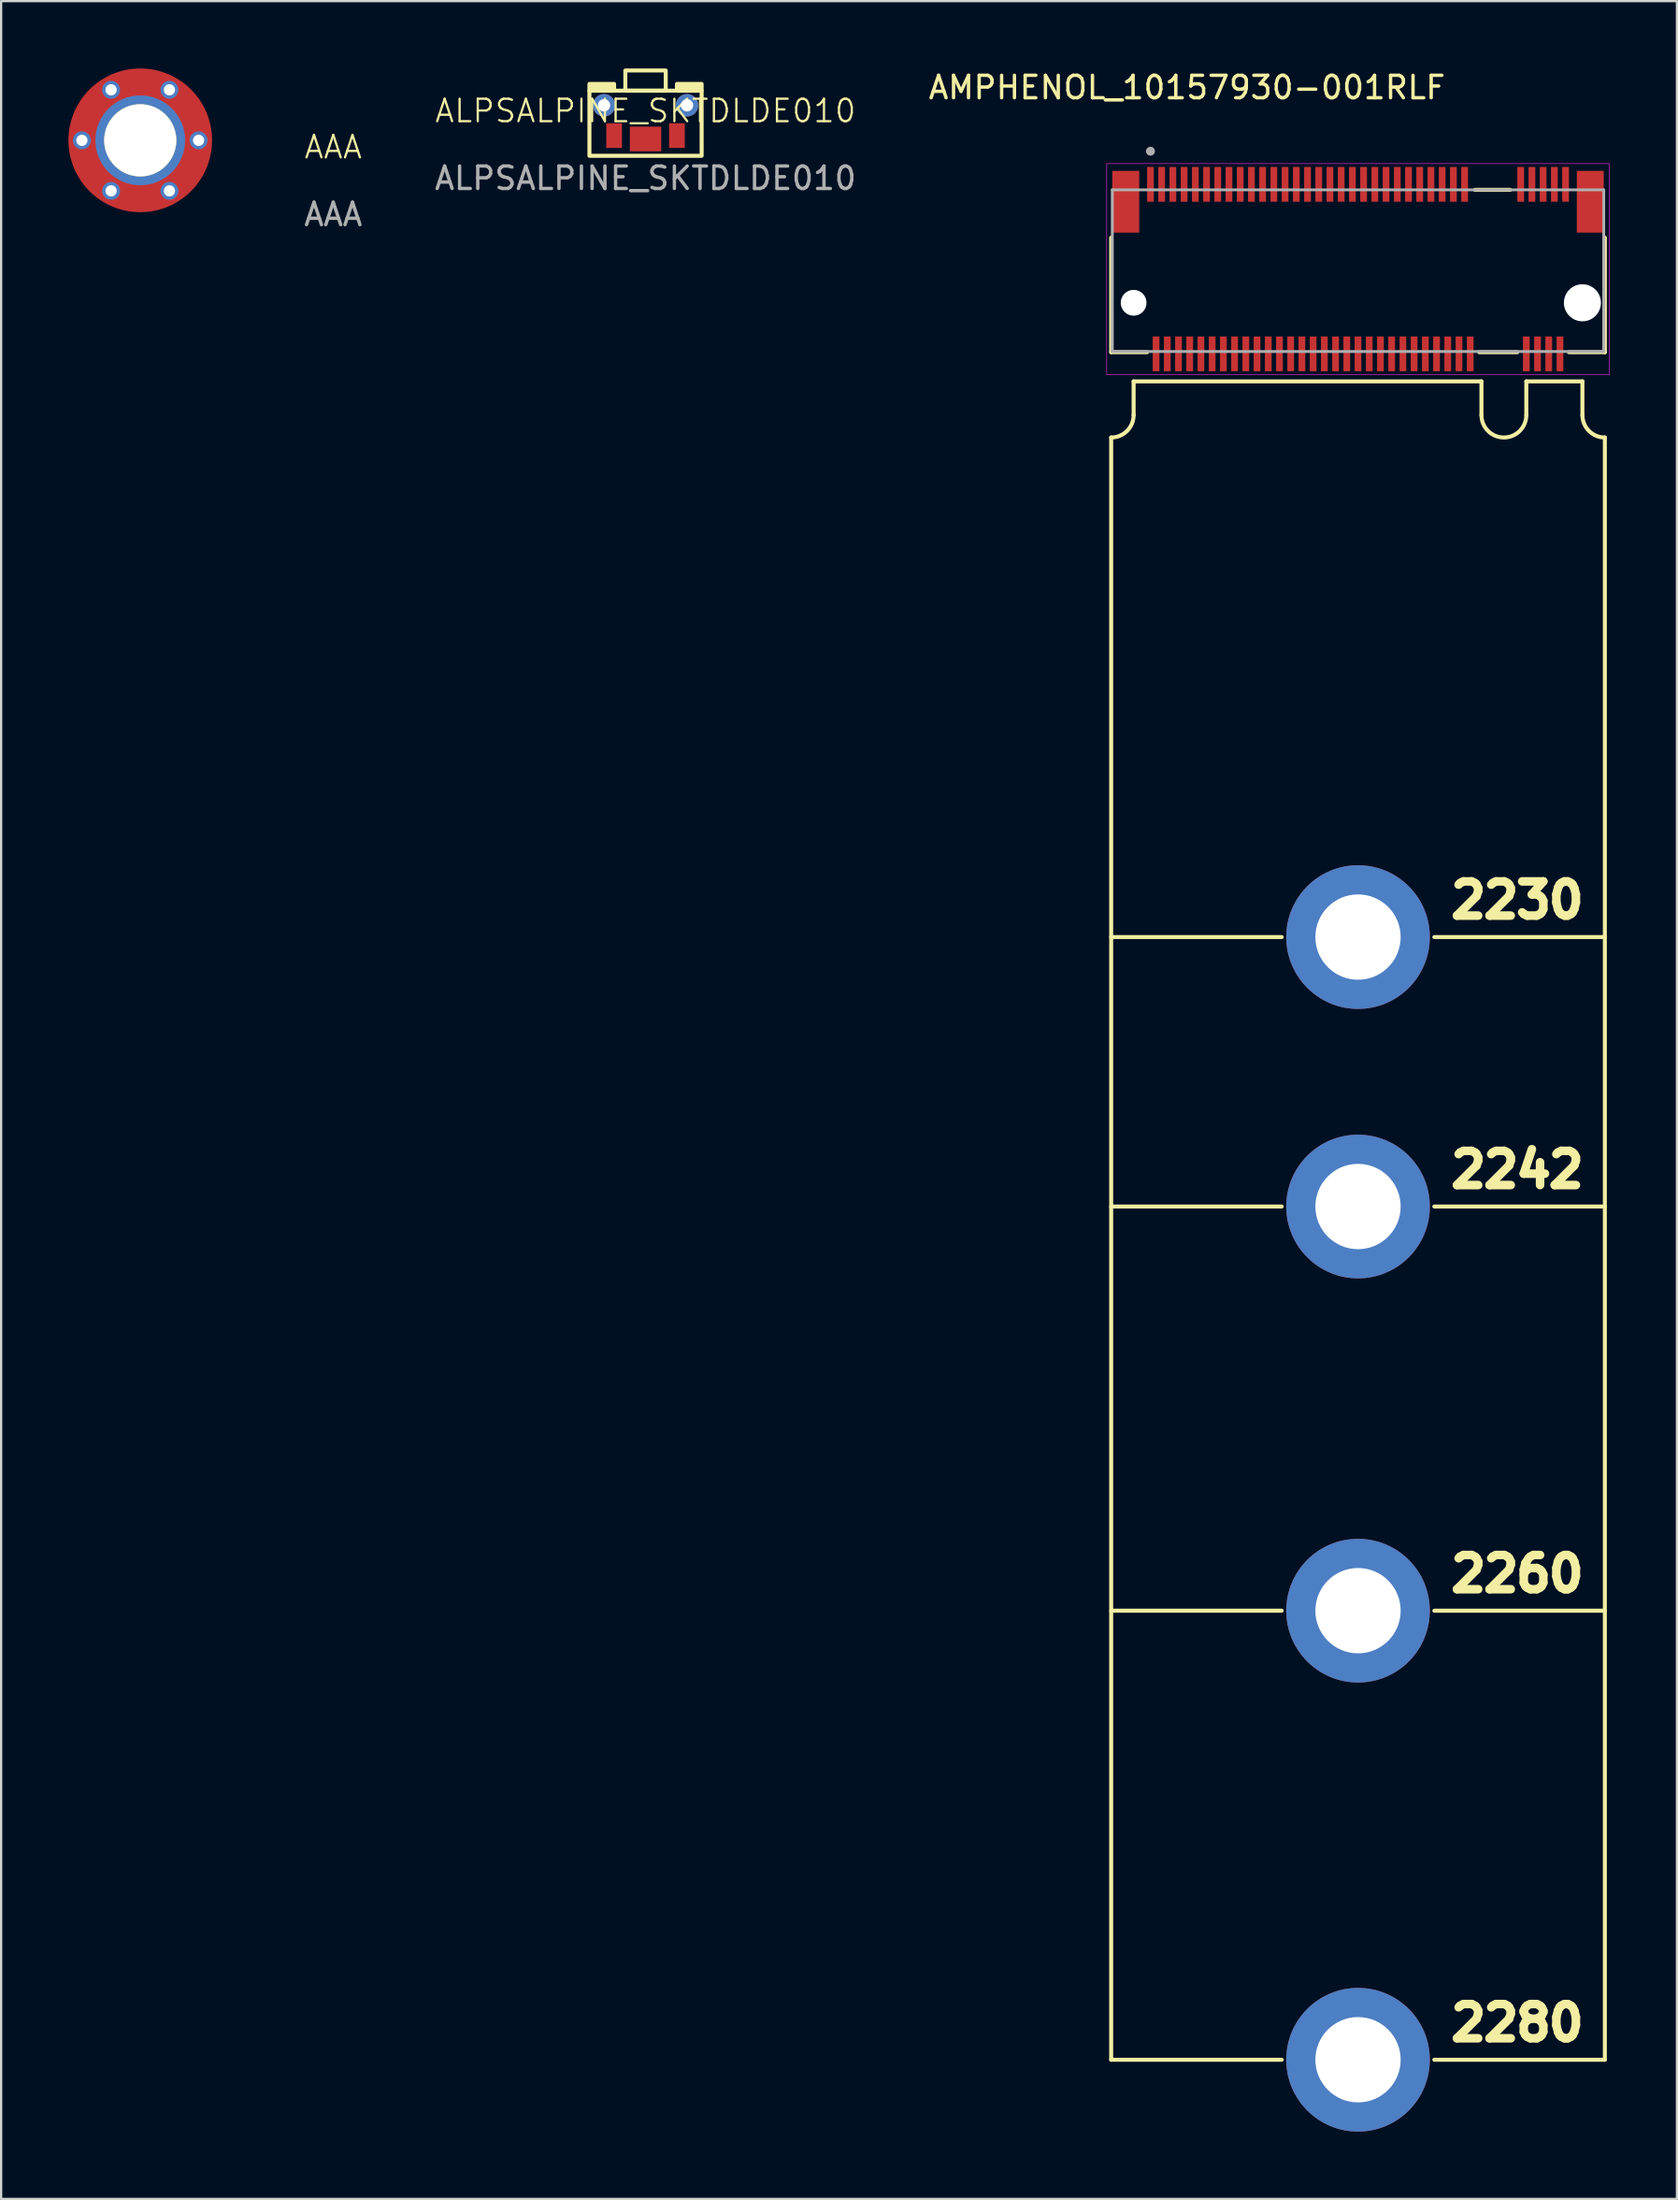
<source format=kicad_pcb>
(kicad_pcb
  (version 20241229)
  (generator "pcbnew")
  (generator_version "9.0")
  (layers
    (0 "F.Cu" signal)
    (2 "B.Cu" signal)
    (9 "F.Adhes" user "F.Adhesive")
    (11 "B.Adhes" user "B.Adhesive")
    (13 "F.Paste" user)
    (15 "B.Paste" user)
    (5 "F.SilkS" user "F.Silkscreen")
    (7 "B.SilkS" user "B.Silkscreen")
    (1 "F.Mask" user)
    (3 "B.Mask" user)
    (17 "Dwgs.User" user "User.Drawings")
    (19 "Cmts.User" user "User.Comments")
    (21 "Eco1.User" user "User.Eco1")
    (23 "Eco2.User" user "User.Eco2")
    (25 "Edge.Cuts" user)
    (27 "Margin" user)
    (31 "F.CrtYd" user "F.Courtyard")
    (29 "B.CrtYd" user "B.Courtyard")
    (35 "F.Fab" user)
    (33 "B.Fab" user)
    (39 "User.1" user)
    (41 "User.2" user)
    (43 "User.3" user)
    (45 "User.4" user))
  (footprint "AMPHENOL_10157930-001RLF"
    (layer "F.Cu")
    (at 57.468 10.435)
    (property "Reference" "AMPHENOL_10157930-001RLF" (at -7.62 -9.587 0) (layer "F.SilkS") (effects (font (size 1 1) (thickness 0.15))))
    (attr smd)
    (fp_line (start -11 2.2) (end -11 -2.9) (stroke (width 0.178) (type solid)) (layer "F.SilkS"))
    (fp_line (start -11 78.25) (end -11 6) (stroke (width 0.178) (type solid)) (layer "F.SilkS"))
    (fp_line (start -10 3.5) (end 5.5 3.5) (stroke (width 0.178) (type solid)) (layer "F.SilkS"))
    (fp_line (start -10 5) (end -10 3.5) (stroke (width 0.178) (type solid)) (layer "F.SilkS"))
    (fp_line (start -9.4 2.2) (end -11 2.2) (stroke (width 0.178) (type solid)) (layer "F.SilkS"))
    (fp_line (start -3.4 28.25) (end -11 28.25) (stroke (width 0.178) (type solid)) (layer "F.SilkS"))
    (fp_line (start -3.4 40.25) (end -11 40.25) (stroke (width 0.178) (type solid)) (layer "F.SilkS"))
    (fp_line (start -3.4 58.25) (end -11 58.25) (stroke (width 0.178) (type solid)) (layer "F.SilkS"))
    (fp_line (start -3.4 78.25) (end -11 78.25) (stroke (width 0.178) (type solid)) (layer "F.SilkS"))
    (fp_line (start 5.213 -5.03) (end 6.777 -5.03) (stroke (width 0.178) (type solid)) (layer "F.SilkS"))
    (fp_line (start 5.4 2.2) (end 7.1 2.2) (stroke (width 0.178) (type solid)) (layer "F.SilkS"))
    (fp_line (start 5.5 5) (end 5.5 3.5) (stroke (width 0.178) (type solid)) (layer "F.SilkS"))
    (fp_line (start 7.5 3.5) (end 10 3.5) (stroke (width 0.178) (type solid)) (layer "F.SilkS"))
    (fp_line (start 7.5 5) (end 7.5 3.5) (stroke (width 0.178) (type solid)) (layer "F.SilkS"))
    (fp_line (start 10 5) (end 10 3.5) (stroke (width 0.178) (type solid)) (layer "F.SilkS"))
    (fp_line (start 11 -2.9) (end 11 2.2) (stroke (width 0.178) (type solid)) (layer "F.SilkS"))
    (fp_line (start 11 2.2) (end 9.4 2.2) (stroke (width 0.178) (type solid)) (layer "F.SilkS"))
    (fp_line (start 11 28.25) (end 3.4 28.25) (stroke (width 0.178) (type solid)) (layer "F.SilkS"))
    (fp_line (start 11 40.25) (end 3.4 40.25) (stroke (width 0.178) (type solid)) (layer "F.SilkS"))
    (fp_line (start 11 58.25) (end 3.4 58.25) (stroke (width 0.178) (type solid)) (layer "F.SilkS"))
    (fp_line (start 11 78.25) (end 3.4 78.25) (stroke (width 0.178) (type solid)) (layer "F.SilkS"))
    (fp_line (start 11 78.25) (end 11 6) (stroke (width 0.178) (type solid)) (layer "F.SilkS"))
    (fp_arc (start -10 5) (mid -10.292893 5.707107) (end -11 6) (stroke (width 0.1778) (type solid)) (layer "F.SilkS"))
    (fp_arc (start 7.5 5) (mid 6.5 6) (end 5.5 5) (stroke (width 0.1778) (type solid)) (layer "F.SilkS"))
    (fp_arc (start 11 6) (mid 10.292893 5.707107) (end 10 5) (stroke (width 0.1778) (type solid)) (layer "F.SilkS"))
    (fp_rect (start -11.2 -6.2) (end 11.2 3.2) (stroke (width 0.025) (type solid)) (fill no) (layer "F.CrtYd"))
    (fp_line (start -10.95 -5.03) (end 10.95 -5.03) (stroke (width 0.127) (type solid)) (layer "F.Fab"))
    (fp_line (start -10.95 2.17) (end -10.95 -5.03) (stroke (width 0.127) (type solid)) (layer "F.Fab"))
    (fp_line (start 10.95 -5.03) (end 10.95 2.17) (stroke (width 0.127) (type solid)) (layer "F.Fab"))
    (fp_line (start 10.95 2.17) (end -10.95 2.17) (stroke (width 0.127) (type solid)) (layer "F.Fab"))
    (fp_circle (center -9.25 -6.75) (end -9.15 -6.75) (stroke (width 0.2) (type solid)) (fill no) (layer "F.Fab"))
    (fp_text user "2242" (at 10.25 39.5 0) (unlocked yes) (layer "F.SilkS") (effects (font (size 1.524 1.524) (thickness 0.381) (bold yes)) (justify right bottom)))
    (fp_text user "2280" (at 10.25 77.5 0) (unlocked yes) (layer "F.SilkS") (effects (font (size 1.524 1.524) (thickness 0.381) (bold yes)) (justify right bottom)))
    (fp_text user "2260" (at 10.25 57.5 0) (unlocked yes) (layer "F.SilkS") (effects (font (size 1.524 1.524) (thickness 0.381) (bold yes)) (justify right bottom)))
    (fp_text user "2230" (at 10.25 27.5 0) (unlocked yes) (layer "F.SilkS") (effects (font (size 1.524 1.524) (thickness 0.381) (bold yes)) (justify right bottom)))
    (pad "" np_thru_hole circle (at -10 0) (size 1.15 1.15) (drill 1.15) (layers "*.Cu" "*.Mask"))
    (pad "" np_thru_hole circle (at 10 0) (size 1.65 1.65) (drill 1.65) (layers "*.Cu" "*.Mask"))
    (pad "1" smd rect (at -9.25 -5.275) (size 0.3 1.55) (layers "F.Cu" "F.Mask" "F.Paste"))
    (pad "2" smd rect (at -9 2.275) (size 0.3 1.55) (layers "F.Cu" "F.Mask" "F.Paste"))
    (pad "3" smd rect (at -8.75 -5.275) (size 0.3 1.55) (layers "F.Cu" "F.Mask" "F.Paste"))
    (pad "4" smd rect (at -8.5 2.275) (size 0.3 1.55) (layers "F.Cu" "F.Mask" "F.Paste"))
    (pad "5" smd rect (at -8.25 -5.275) (size 0.3 1.55) (layers "F.Cu" "F.Mask" "F.Paste"))
    (pad "6" smd rect (at -8 2.275) (size 0.3 1.55) (layers "F.Cu" "F.Mask" "F.Paste"))
    (pad "7" smd rect (at -7.75 -5.275) (size 0.3 1.55) (layers "F.Cu" "F.Mask" "F.Paste"))
    (pad "8" smd rect (at -7.5 2.275) (size 0.3 1.55) (layers "F.Cu" "F.Mask" "F.Paste"))
    (pad "9" smd rect (at -7.25 -5.275) (size 0.3 1.55) (layers "F.Cu" "F.Mask" "F.Paste"))
    (pad "10" smd rect (at -7 2.275) (size 0.3 1.55) (layers "F.Cu" "F.Mask" "F.Paste"))
    (pad "11" smd rect (at -6.75 -5.275) (size 0.3 1.55) (layers "F.Cu" "F.Mask" "F.Paste"))
    (pad "12" smd rect (at -6.5 2.275) (size 0.3 1.55) (layers "F.Cu" "F.Mask" "F.Paste"))
    (pad "13" smd rect (at -6.25 -5.275) (size 0.3 1.55) (layers "F.Cu" "F.Mask" "F.Paste"))
    (pad "14" smd rect (at -6 2.275) (size 0.3 1.55) (layers "F.Cu" "F.Mask" "F.Paste"))
    (pad "15" smd rect (at -5.75 -5.275) (size 0.3 1.55) (layers "F.Cu" "F.Mask" "F.Paste"))
    (pad "16" smd rect (at -5.5 2.275) (size 0.3 1.55) (layers "F.Cu" "F.Mask" "F.Paste"))
    (pad "17" smd rect (at -5.25 -5.275) (size 0.3 1.55) (layers "F.Cu" "F.Mask" "F.Paste"))
    (pad "18" smd rect (at -5 2.275) (size 0.3 1.55) (layers "F.Cu" "F.Mask" "F.Paste"))
    (pad "19" smd rect (at -4.75 -5.275) (size 0.3 1.55) (layers "F.Cu" "F.Mask" "F.Paste"))
    (pad "20" smd rect (at -4.5 2.275) (size 0.3 1.55) (layers "F.Cu" "F.Mask" "F.Paste"))
    (pad "21" smd rect (at -4.25 -5.275) (size 0.3 1.55) (layers "F.Cu" "F.Mask" "F.Paste"))
    (pad "22" smd rect (at -4 2.275) (size 0.3 1.55) (layers "F.Cu" "F.Mask" "F.Paste"))
    (pad "23" smd rect (at -3.75 -5.275) (size 0.3 1.55) (layers "F.Cu" "F.Mask" "F.Paste"))
    (pad "24" smd rect (at -3.5 2.275) (size 0.3 1.55) (layers "F.Cu" "F.Mask" "F.Paste"))
    (pad "25" smd rect (at -3.25 -5.275) (size 0.3 1.55) (layers "F.Cu" "F.Mask" "F.Paste"))
    (pad "26" smd rect (at -3 2.275) (size 0.3 1.55) (layers "F.Cu" "F.Mask" "F.Paste"))
    (pad "27" smd rect (at -2.75 -5.275) (size 0.3 1.55) (layers "F.Cu" "F.Mask" "F.Paste"))
    (pad "28" smd rect (at -2.5 2.275) (size 0.3 1.55) (layers "F.Cu" "F.Mask" "F.Paste"))
    (pad "29" smd rect (at -2.25 -5.275) (size 0.3 1.55) (layers "F.Cu" "F.Mask" "F.Paste"))
    (pad "30" smd rect (at -2 2.275) (size 0.3 1.55) (layers "F.Cu" "F.Mask" "F.Paste"))
    (pad "31" smd rect (at -1.75 -5.275) (size 0.3 1.55) (layers "F.Cu" "F.Mask" "F.Paste"))
    (pad "32" smd rect (at -1.5 2.275) (size 0.3 1.55) (layers "F.Cu" "F.Mask" "F.Paste"))
    (pad "33" smd rect (at -1.25 -5.275) (size 0.3 1.55) (layers "F.Cu" "F.Mask" "F.Paste"))
    (pad "34" smd rect (at -1 2.275) (size 0.3 1.55) (layers "F.Cu" "F.Mask" "F.Paste"))
    (pad "35" smd rect (at -0.75 -5.275) (size 0.3 1.55) (layers "F.Cu" "F.Mask" "F.Paste"))
    (pad "36" smd rect (at -0.5 2.275) (size 0.3 1.55) (layers "F.Cu" "F.Mask" "F.Paste"))
    (pad "37" smd rect (at -0.25 -5.275) (size 0.3 1.55) (layers "F.Cu" "F.Mask" "F.Paste"))
    (pad "38" smd rect (at 0 2.275) (size 0.3 1.55) (layers "F.Cu" "F.Mask" "F.Paste"))
    (pad "39" smd rect (at 0.25 -5.275) (size 0.3 1.55) (layers "F.Cu" "F.Mask" "F.Paste"))
    (pad "40" smd rect (at 0.5 2.275) (size 0.3 1.55) (layers "F.Cu" "F.Mask" "F.Paste"))
    (pad "41" smd rect (at 0.75 -5.275) (size 0.3 1.55) (layers "F.Cu" "F.Mask" "F.Paste"))
    (pad "42" smd rect (at 1 2.275) (size 0.3 1.55) (layers "F.Cu" "F.Mask" "F.Paste"))
    (pad "43" smd rect (at 1.25 -5.275) (size 0.3 1.55) (layers "F.Cu" "F.Mask" "F.Paste"))
    (pad "44" smd rect (at 1.5 2.275) (size 0.3 1.55) (layers "F.Cu" "F.Mask" "F.Paste"))
    (pad "45" smd rect (at 1.75 -5.275) (size 0.3 1.55) (layers "F.Cu" "F.Mask" "F.Paste"))
    (pad "46" smd rect (at 2 2.275) (size 0.3 1.55) (layers "F.Cu" "F.Mask" "F.Paste"))
    (pad "47" smd rect (at 2.25 -5.275) (size 0.3 1.55) (layers "F.Cu" "F.Mask" "F.Paste"))
    (pad "48" smd rect (at 2.5 2.275) (size 0.3 1.55) (layers "F.Cu" "F.Mask" "F.Paste"))
    (pad "49" smd rect (at 2.75 -5.275) (size 0.3 1.55) (layers "F.Cu" "F.Mask" "F.Paste"))
    (pad "50" smd rect (at 3 2.275) (size 0.3 1.55) (layers "F.Cu" "F.Mask" "F.Paste"))
    (pad "51" smd rect (at 3.25 -5.275) (size 0.3 1.55) (layers "F.Cu" "F.Mask" "F.Paste"))
    (pad "52" smd rect (at 3.5 2.275) (size 0.3 1.55) (layers "F.Cu" "F.Mask" "F.Paste"))
    (pad "53" smd rect (at 3.75 -5.275) (size 0.3 1.55) (layers "F.Cu" "F.Mask" "F.Paste"))
    (pad "54" smd rect (at 4 2.275) (size 0.3 1.55) (layers "F.Cu" "F.Mask" "F.Paste"))
    (pad "55" smd rect (at 4.25 -5.275) (size 0.3 1.55) (layers "F.Cu" "F.Mask" "F.Paste"))
    (pad "56" smd rect (at 4.5 2.275) (size 0.3 1.55) (layers "F.Cu" "F.Mask" "F.Paste"))
    (pad "57" smd rect (at 4.75 -5.275) (size 0.3 1.55) (layers "F.Cu" "F.Mask" "F.Paste"))
    (pad "58" smd rect (at 5 2.275) (size 0.3 1.55) (layers "F.Cu" "F.Mask" "F.Paste"))
    (pad "67" smd rect (at 7.25 -5.275) (size 0.3 1.55) (layers "F.Cu" "F.Mask" "F.Paste"))
    (pad "68" smd rect (at 7.5 2.275) (size 0.3 1.55) (layers "F.Cu" "F.Mask" "F.Paste"))
    (pad "69" smd rect (at 7.75 -5.275) (size 0.3 1.55) (layers "F.Cu" "F.Mask" "F.Paste"))
    (pad "70" smd rect (at 8 2.275) (size 0.3 1.55) (layers "F.Cu" "F.Mask" "F.Paste"))
    (pad "71" smd rect (at 8.25 -5.275) (size 0.3 1.55) (layers "F.Cu" "F.Mask" "F.Paste"))
    (pad "72" smd rect (at 8.5 2.275) (size 0.3 1.55) (layers "F.Cu" "F.Mask" "F.Paste"))
    (pad "73" smd rect (at 8.75 -5.275) (size 0.3 1.55) (layers "F.Cu" "F.Mask" "F.Paste"))
    (pad "74" smd rect (at 9 2.275) (size 0.3 1.55) (layers "F.Cu" "F.Mask" "F.Paste"))
    (pad "75" smd rect (at 9.25 -5.275) (size 0.3 1.55) (layers "F.Cu" "F.Mask" "F.Paste"))
    (pad "SH" smd rect (at -10.35 -4.5) (size 1.2 2.75) (layers "F.Cu" "F.Mask" "F.Paste"))
    (pad "SH" thru_hole circle (at 0 28.25) (size 6.4 6.4) (drill 3.8) (layers "*.Cu" "*.Mask"))
    (pad "SH" thru_hole circle (at 0 40.25) (size 6.4 6.4) (drill 3.8) (layers "*.Cu" "*.Mask"))
    (pad "SH" thru_hole circle (at 0 58.25) (size 6.4 6.4) (drill 3.8) (layers "*.Cu" "*.Mask"))
    (pad "SH" thru_hole circle (at 0 78.25) (size 6.4 6.4) (drill 3.8) (layers "*.Cu" "*.Mask"))
    (pad "SH" smd rect (at 10.35 -4.5) (size 1.2 2.75) (layers "F.Cu" "F.Mask" "F.Paste")))
  (footprint "ALPSALPINE_SKTDLDE010"
    (layer "F.Cu")
    (at 25.717 2.389)
    (property "Reference" "ALPSALPINE_SKTDLDE010" (at 0 -0.5 0) (unlocked yes) (layer "F.SilkS") (effects (font (size 1 1) (thickness 0.1))))
    (attr smd)
    (fp_rect (start -2.5 -1.7) (end -1.4 -1.4) (stroke (width 0.178) (type solid)) (fill yes) (layer "F.SilkS"))
    (fp_rect (start -2.5 -1.4) (end 2.5 1.5) (stroke (width 0.178) (type solid)) (fill no) (layer "F.SilkS"))
    (fp_rect (start -0.9 -2.3) (end 0.9 -1.4) (stroke (width 0.178) (type solid)) (fill no) (layer "F.SilkS"))
    (fp_rect (start 1.4 -1.7) (end 2.5 -1.4) (stroke (width 0.178) (type solid)) (fill yes) (layer "F.SilkS"))
    (fp_text user "${REFERENCE}" (at 0 2.5 0) (unlocked yes) (layer "F.Fab") (effects (font (size 1 1) (thickness 0.15))))
    (pad "1" smd rect (at -1.4 0.6) (size 0.7 1.1) (layers "F.Cu" "F.Mask" "F.Paste"))
    (pad "2" smd rect (at 1.4 0.6) (size 0.7 1.1) (layers "F.Cu" "F.Mask" "F.Paste"))
    (pad "SH" thru_hole circle (at -1.85 -0.75) (size 1 1) (drill 0.55) (layers "*.Cu" "*.Mask"))
    (pad "SH" smd rect (at 0 0.75) (size 1.4 1.1) (layers "F.Cu" "F.Mask" "F.Paste"))
    (pad "SH" thru_hole circle (at 1.85 -0.75) (size 1 1) (drill 0.55) (layers "*.Cu" "*.Mask")))
  (footprint "AAA"
    (layer "F.Cu")
    (at 3.2 3.2)
    (property "Reference" "AAA" (at 8.6 0.3 0) (unlocked yes) (layer "F.SilkS") (effects (font (size 1 1) (thickness 0.1))))
    (attr through_hole)
    (fp_poly (pts (xy -2.447 -1.413) (xy -2.414 -1.665) (xy -2.205 -1.52) (xy -1.954 -1.568) (xy -2.028 -1.324) (xy -1.905 -1.1) (xy -2.16 -1.094) (xy -2.335 -0.909) (xy -2.419 -1.149) (xy -2.649 -1.258)) (stroke (width 0) (type solid)) (fill yes) (layer "F.Mask"))
    (fp_poly (pts (xy -2.447 1.413) (xy -2.649 1.258) (xy -2.419 1.149) (xy -2.335 0.909) (xy -2.16 1.094) (xy -1.905 1.1) (xy -2.028 1.324) (xy -1.954 1.568) (xy -2.205 1.52) (xy -2.414 1.665)) (stroke (width 0) (type solid)) (fill yes) (layer "F.Mask"))
    (fp_poly (pts (xy 0 -2.825) (xy 0.235 -2.924) (xy 0.214 -2.67) (xy 0.38 -2.476) (xy 0.132 -2.418) (xy 0 -2.2) (xy -0.132 -2.418) (xy -0.38 -2.476) (xy -0.214 -2.67) (xy -0.235 -2.924)) (stroke (width 0) (type solid)) (fill yes) (layer "F.Mask"))
    (fp_poly (pts (xy 0 2.825) (xy -0.235 2.924) (xy -0.214 2.67) (xy -0.38 2.476) (xy -0.132 2.418) (xy 0 2.2) (xy 0.132 2.418) (xy 0.38 2.476) (xy 0.214 2.67) (xy 0.235 2.924)) (stroke (width 0) (type solid)) (fill yes) (layer "F.Mask"))
    (fp_poly (pts (xy 2.447 -1.413) (xy 2.649 -1.258) (xy 2.419 -1.149) (xy 2.335 -0.909) (xy 2.16 -1.094) (xy 1.905 -1.1) (xy 2.028 -1.324) (xy 1.954 -1.568) (xy 2.205 -1.52) (xy 2.414 -1.665)) (stroke (width 0) (type solid)) (fill yes) (layer "F.Mask"))
    (fp_poly (pts (xy 2.447 1.413) (xy 2.414 1.665) (xy 2.205 1.52) (xy 1.954 1.568) (xy 2.028 1.324) (xy 1.905 1.1) (xy 2.16 1.094) (xy 2.335 0.909) (xy 2.419 1.149) (xy 2.649 1.258)) (stroke (width 0) (type solid)) (fill yes) (layer "F.Mask"))
    (fp_circle (center 0 0) (end 1.6 0) (stroke (width 0.025) (type default)) (fill no) (layer "F.SilkS"))
    (fp_text user "${REFERENCE}" (at 8.6 3.3 0) (unlocked yes) (layer "F.Fab") (effects (font (size 1 1) (thickness 0.15))))
    (pad "1" thru_hole circle (at -2.6 0) (size 0.8 0.8) (drill 0.5) (layers "*.Cu" "*.Mask"))
    (pad "1" thru_hole circle (at -1.3 -2.25) (size 0.8 0.8) (drill 0.5) (layers "*.Cu" "*.Mask"))
    (pad "1" thru_hole circle (at -1.3 2.25) (size 0.8 0.8) (drill 0.5) (layers "*.Cu" "*.Mask"))
    (pad "1" thru_hole circle (at 0 0) (size 4 4) (drill 3.2) (layers "*.Cu" "*.Mask"))
    (pad "1" smd circle (at 0 0) (size 6.4 6.4) (layers "F.Cu"))
    (pad "1" thru_hole circle (at 1.3 -2.25) (size 0.8 0.8) (drill 0.5) (layers "*.Cu" "*.Mask"))
    (pad "1" thru_hole circle (at 1.3 2.25) (size 0.8 0.8) (drill 0.5) (layers "*.Cu" "*.Mask"))
    (pad "1" thru_hole circle (at 2.6 0) (size 0.8 0.8) (drill 0.5) (layers "*.Cu" "*.Mask")))
  (gr_rect
    (start -3 -3)
    (end 71.68 94.885)
    (stroke (width 0.1) (type default))
    (fill no)
    (layer "Edge.Cuts")))
</source>
